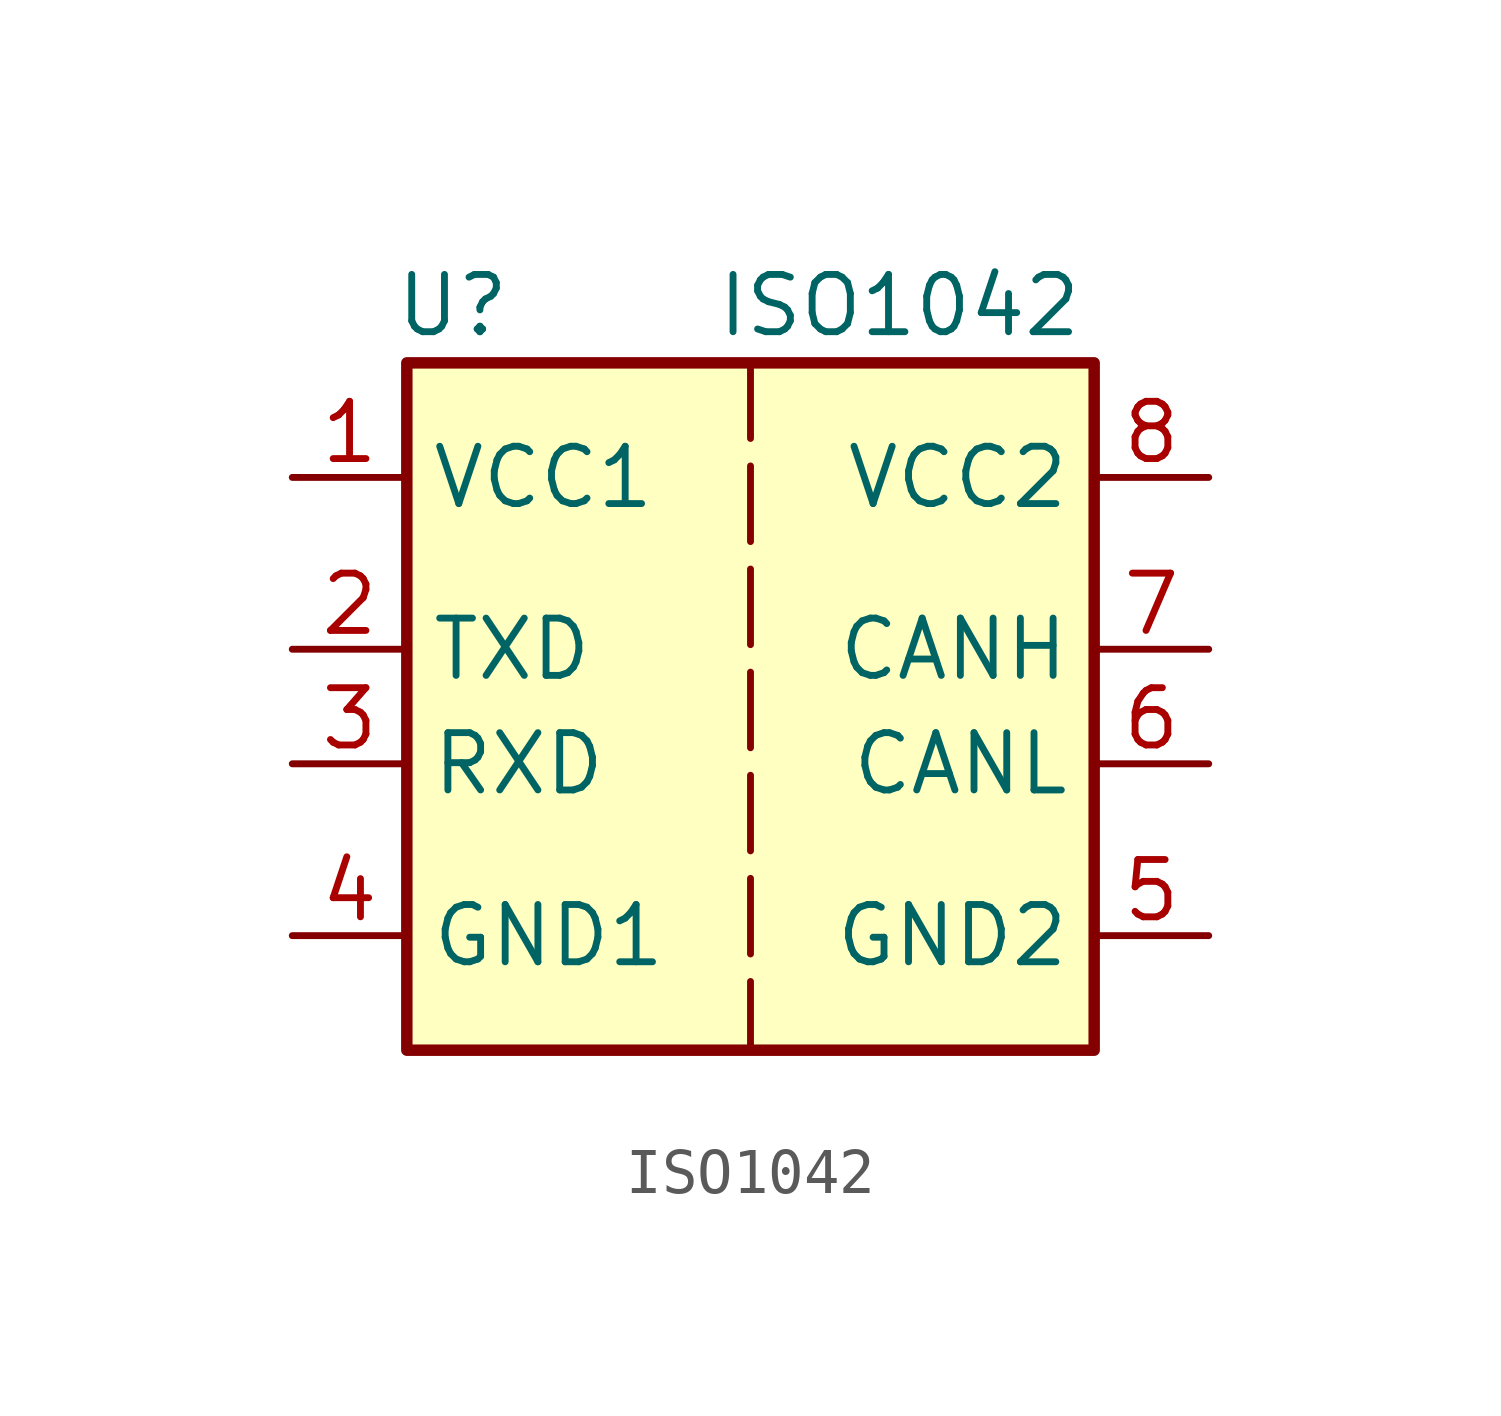
<source format=kicad_sym>
(kicad_symbol_lib
  (version 20241209)
  (generator "kicad_symbol_editor")
  (generator_version "9.0")
  (symbol "ISO1042"
    (property "Reference" "U"
      (at -6.604 8.89 0)
      (effects (font (size 1.27 1.27))))
    (property "Value" "ISO1042"
      (at 3.302 8.89 0)
      (effects (font (size 1.27 1.27))))
    (symbol "ISO1042_0_1"
      (rectangle (start -7.62 7.62) (end 7.62 -7.62) (stroke (width 0.254) (type default)) (fill (type background))))
    (symbol "ISO1042_1_1"
      (polyline (pts (xy 0 7.62) (xy 0 -7.62)) (stroke (width 0) (type dash)) (fill (type none)))
      (pin power_in line (at -10.16 5.08 0) (length 2.54) (name "VCC1" (effects (font (size 1.27 1.27)))) (number "1" (effects (font (size 1.27 1.27)))))
      (pin input line (at -10.16 1.27 0) (length 2.54) (name "TXD" (effects (font (size 1.27 1.27)))) (number "2" (effects (font (size 1.27 1.27)))))
      (pin output line (at -10.16 -1.27 0) (length 2.54) (name "RXD" (effects (font (size 1.27 1.27)))) (number "3" (effects (font (size 1.27 1.27)))))
      (pin power_in line (at -10.16 -5.08 0) (length 2.54) (name "GND1" (effects (font (size 1.27 1.27)))) (number "4" (effects (font (size 1.27 1.27)))))
      (pin power_in line (at 10.16 5.08 180) (length 2.54) (name "VCC2" (effects (font (size 1.27 1.27)))) (number "8" (effects (font (size 1.27 1.27)))))
      (pin bidirectional line (at 10.16 1.27 180) (length 2.54) (name "CANH" (effects (font (size 1.27 1.27)))) (number "7" (effects (font (size 1.27 1.27)))))
      (pin bidirectional line (at 10.16 -1.27 180) (length 2.54) (name "CANL" (effects (font (size 1.27 1.27)))) (number "6" (effects (font (size 1.27 1.27)))))
      (pin power_in line (at 10.16 -5.08 180) (length 2.54) (name "GND2" (effects (font (size 1.27 1.27)))) (number "5" (effects (font (size 1.27 1.27))))))))
</source>
